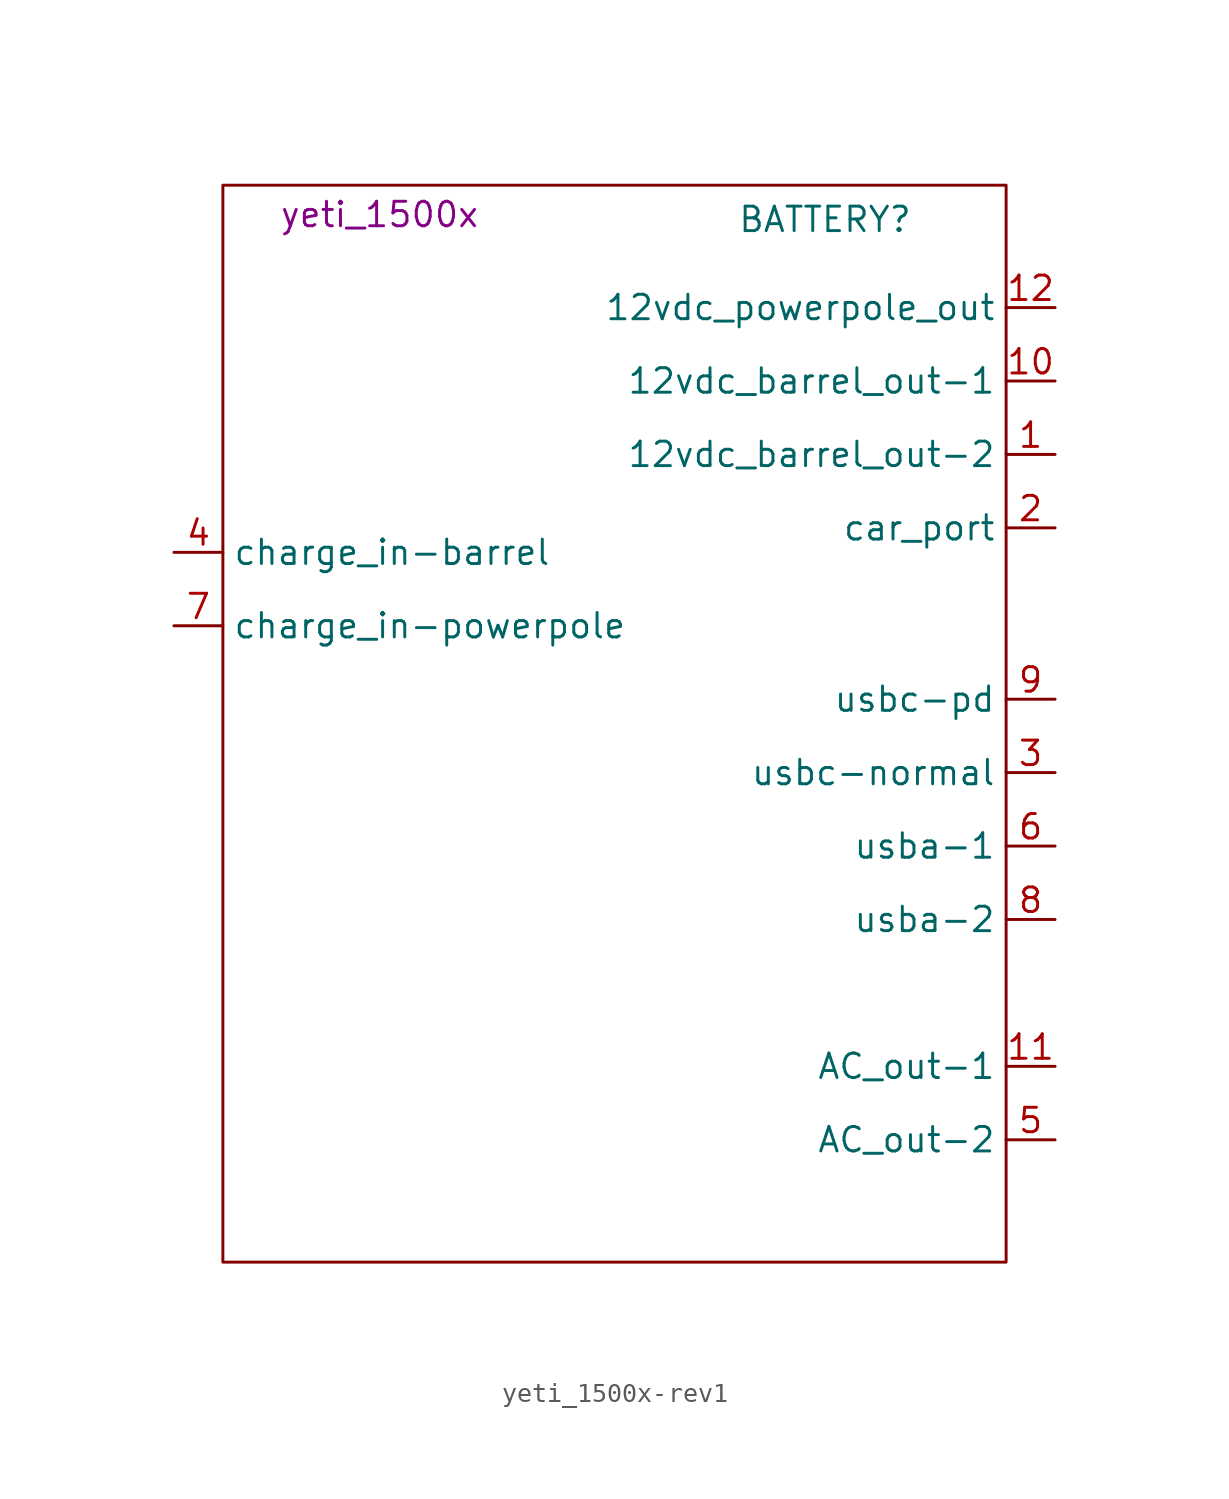
<source format=kicad_sym>
(kicad_symbol_lib
  (version 20241209)
  (generator "kicad_symbol_editor")
  (generator_version "9.0")
  (symbol "yeti_1500x-rev1"
    (property "Reference" "BATTERY"
      (at 31.242 54.102 0)
      (effects (font (size 1.27 1.27))))
    (property "Value" ""
      (at 0 0 0)
      (effects (font (size 1.27 1.27))))
    (property "MFG" ""
      (at 0 0 0)
      (effects (font (size 1.27 1.27))))
    (property "MPN" "yeti_1500x"
      (at 8.128 54.356 0)
      (effects (font (size 1.27 1.27))))
    (symbol "yeti_1500x-rev1_0_1"
      (rectangle (start 0 55.88) (end 40.64 0) (stroke (width 0) (type default)) (fill (type none))))
    (symbol "yeti_1500x-rev1_1_1"
      (pin unspecified line (at -2.54 36.83 0) (length 2.54) (name "charge_in-barrel" (effects (font (size 1.27 1.27)))) (number "4" (effects (font (size 1.27 1.27)))))
      (pin unspecified line (at -2.54 33.02 0) (length 2.54) (name "charge_in-powerpole" (effects (font (size 1.27 1.27)))) (number "7" (effects (font (size 1.27 1.27)))))
      (pin unspecified line (at 43.18 49.53 180) (length 2.54) (name "12vdc_powerpole_out" (effects (font (size 1.27 1.27)))) (number "12" (effects (font (size 1.27 1.27)))))
      (pin unspecified line (at 43.18 45.72 180) (length 2.54) (name "12vdc_barrel_out-1" (effects (font (size 1.27 1.27)))) (number "10" (effects (font (size 1.27 1.27)))))
      (pin unspecified line (at 43.18 41.91 180) (length 2.54) (name "12vdc_barrel_out-2" (effects (font (size 1.27 1.27)))) (number "1" (effects (font (size 1.27 1.27)))))
      (pin unspecified line (at 43.18 38.1 180) (length 2.54) (name "car_port" (effects (font (size 1.27 1.27)))) (number "2" (effects (font (size 1.27 1.27)))))
      (pin unspecified line (at 43.18 29.21 180) (length 2.54) (name "usbc-pd" (effects (font (size 1.27 1.27)))) (number "9" (effects (font (size 1.27 1.27)))))
      (pin unspecified line (at 43.18 25.4 180) (length 2.54) (name "usbc-normal" (effects (font (size 1.27 1.27)))) (number "3" (effects (font (size 1.27 1.27)))))
      (pin unspecified line (at 43.18 21.59 180) (length 2.54) (name "usba-1" (effects (font (size 1.27 1.27)))) (number "6" (effects (font (size 1.27 1.27)))))
      (pin unspecified line (at 43.18 17.78 180) (length 2.54) (name "usba-2" (effects (font (size 1.27 1.27)))) (number "8" (effects (font (size 1.27 1.27)))))
      (pin unspecified line (at 43.18 10.16 180) (length 2.54) (name "AC_out-1" (effects (font (size 1.27 1.27)))) (number "11" (effects (font (size 1.27 1.27)))))
      (pin unspecified line (at 43.18 6.35 180) (length 2.54) (name "AC_out-2" (effects (font (size 1.27 1.27)))) (number "5" (effects (font (size 1.27 1.27))))))))
</source>
